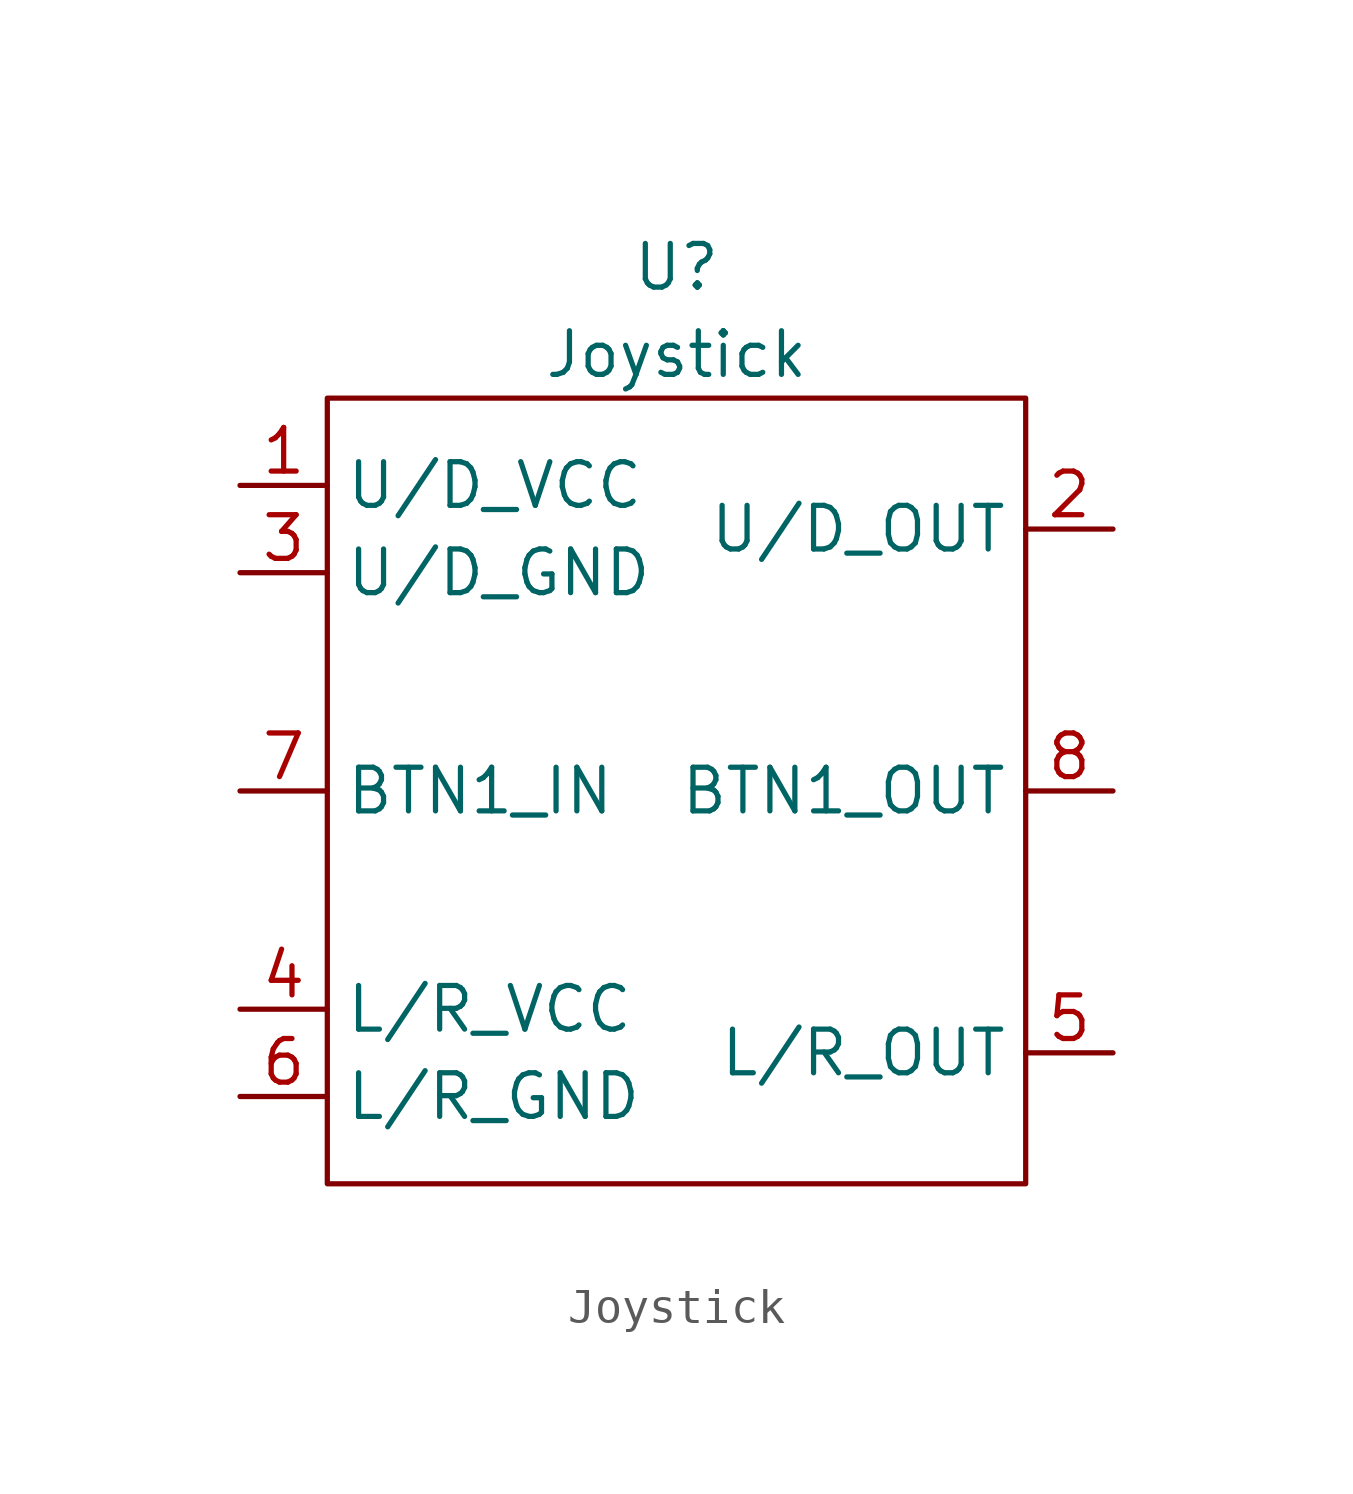
<source format=kicad_sym>
(kicad_symbol_lib
  (version 20211014)
  (generator kicad_symbol_editor)
  (symbol "Joystick"
    (property "Reference" "U"
      (at 0 -1.27 0)
      (effects (font (size 1.27 1.27))))
    (property "Value" "Joystick"
      (at 0 -3.81 0)
      (effects (font (size 1.27 1.27))))
    (symbol "Joystick_0_1"
      (rectangle (start -10.16 -5.08) (end 10.16 -27.94) (stroke (width 0) (type default) (color 0 0 0 0)) (fill (type none))))
    (symbol "Joystick_1_1"
      (pin bidirectional line (at -12.7 -7.62 0) (length 2.54) (name "U/D_VCC" (effects (font (size 1.27 1.27)))) (number "1" (effects (font (size 1.27 1.27)))))
      (pin bidirectional line (at 12.7 -8.89 180) (length 2.54) (name "U/D_OUT" (effects (font (size 1.27 1.27)))) (number "2" (effects (font (size 1.27 1.27)))))
      (pin bidirectional line (at -12.7 -10.16 0) (length 2.54) (name "U/D_GND" (effects (font (size 1.27 1.27)))) (number "3" (effects (font (size 1.27 1.27)))))
      (pin bidirectional line (at -12.7 -22.86 0) (length 2.54) (name "L/R_VCC" (effects (font (size 1.27 1.27)))) (number "4" (effects (font (size 1.27 1.27)))))
      (pin bidirectional line (at 12.7 -24.13 180) (length 2.54) (name "L/R_OUT" (effects (font (size 1.27 1.27)))) (number "5" (effects (font (size 1.27 1.27)))))
      (pin bidirectional line (at -12.7 -25.4 0) (length 2.54) (name "L/R_GND" (effects (font (size 1.27 1.27)))) (number "6" (effects (font (size 1.27 1.27)))))
      (pin bidirectional line (at -12.7 -16.51 0) (length 2.54) (name "BTN1_IN" (effects (font (size 1.27 1.27)))) (number "7" (effects (font (size 1.27 1.27)))))
      (pin bidirectional line (at 12.7 -16.51 180) (length 2.54) (name "BTN1_OUT" (effects (font (size 1.27 1.27)))) (number "8" (effects (font (size 1.27 1.27))))))))
</source>
